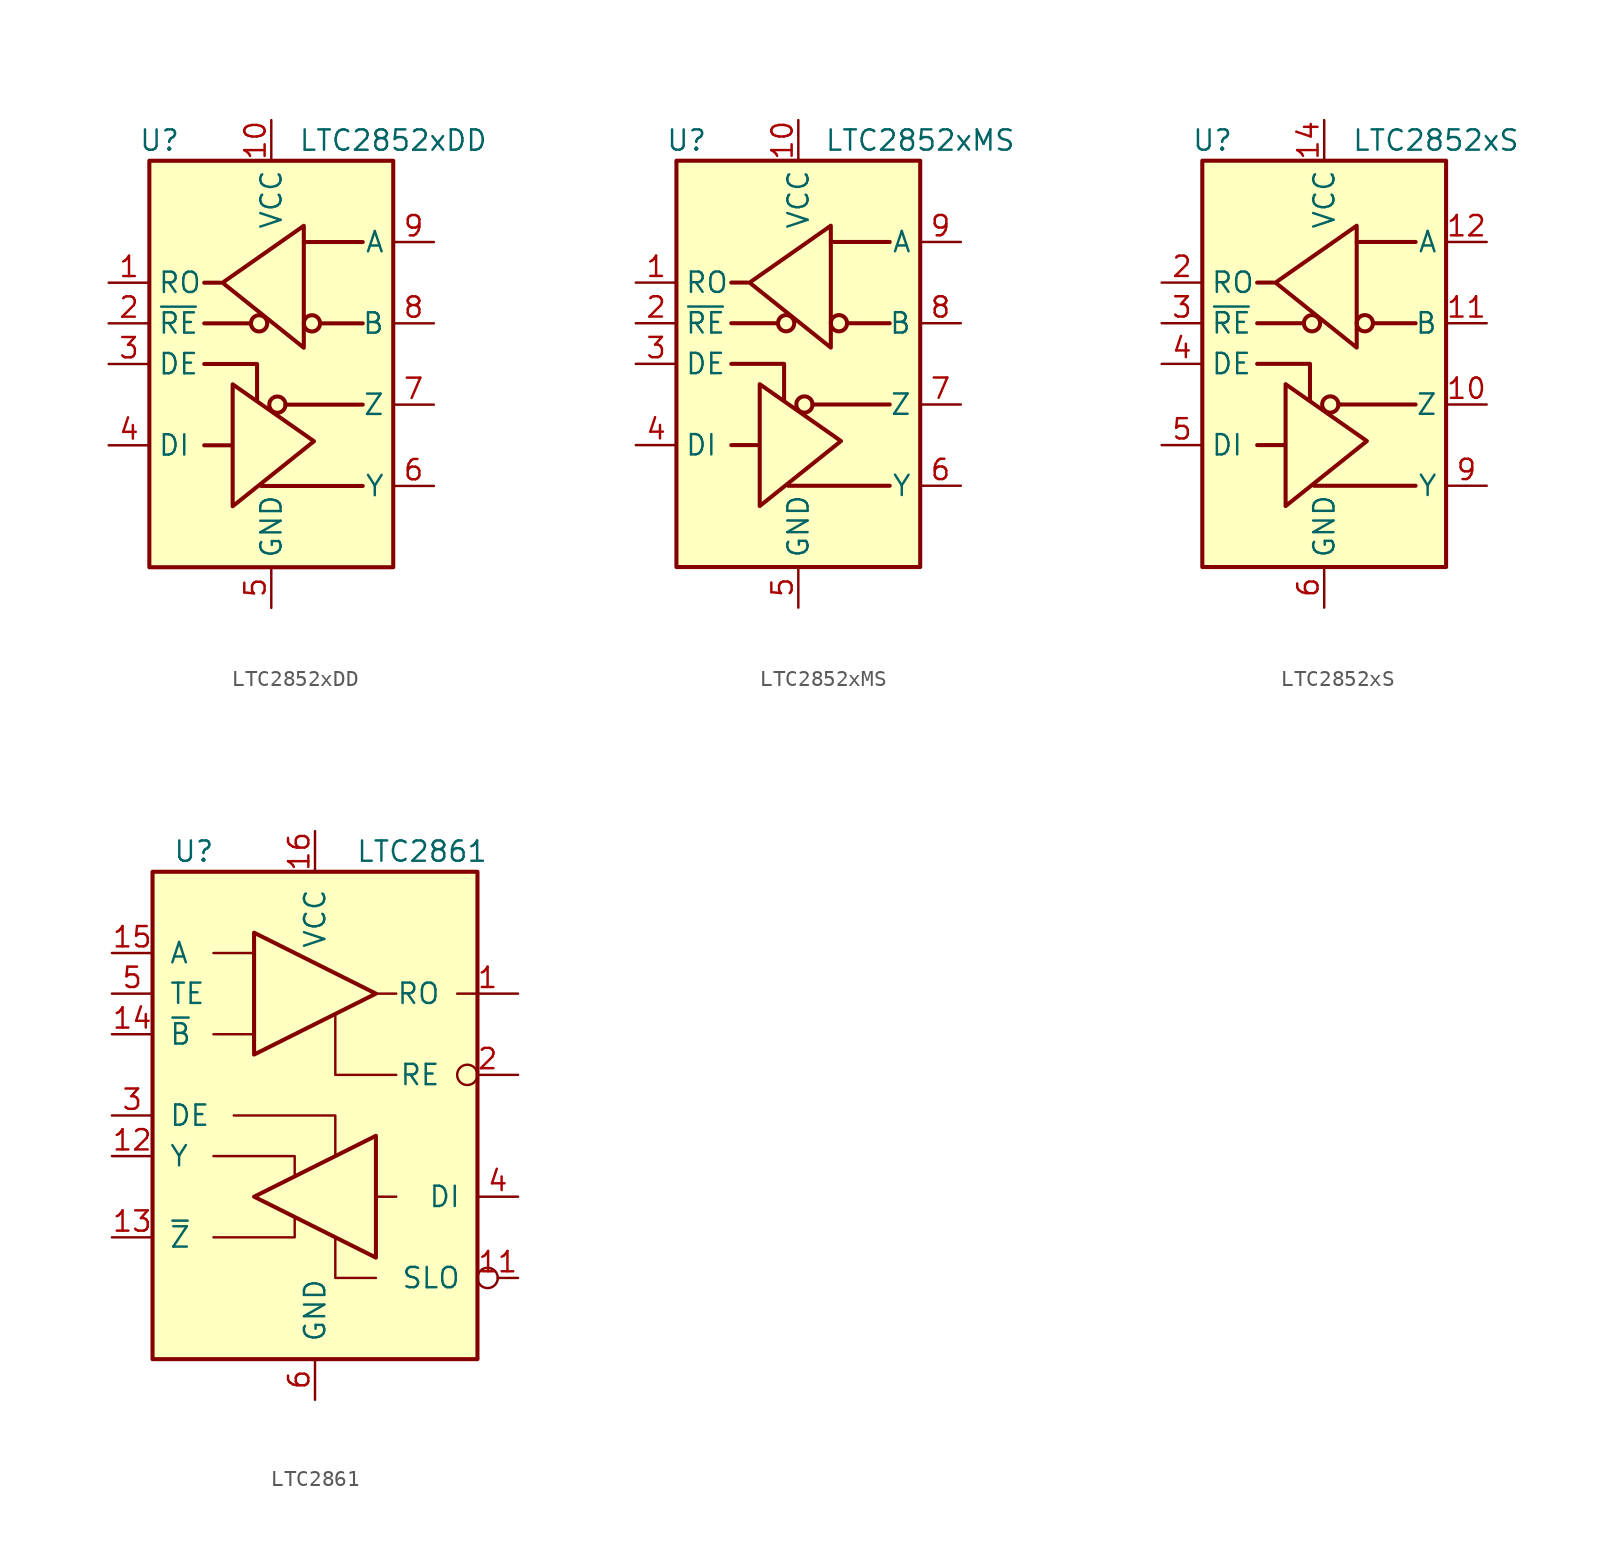
<source format=kicad_sym>
(kicad_symbol_lib
  (version 20201005)
  (generator kicad_symbol_editor)
  (symbol "Interface_UART:LTC2852xDD"
    (property "Reference" "U"
      (at -6.985 13.97 0)
      (effects (font (size 1.27 1.27))))
    (property "Value" "LTC2852xDD"
      (at 7.62 13.97 0)
      (effects (font (size 1.27 1.27))))
    (symbol "LTC2852xDD_0_1"
      (rectangle (start -7.62 12.7) (end 7.62 -12.7) (stroke (width 0.254)) (fill (type background))))
    (symbol "LTC2852xDD_1_1"
      (circle (center -0.762 2.54) (radius 0.508) (stroke (width 0.254)) (fill (type none)))
      (circle (center 0.381 -2.54) (radius 0.508) (stroke (width 0.254)) (fill (type none)))
      (circle (center 2.54 2.54) (radius 0.508) (stroke (width 0.254)) (fill (type none)))
      (polyline (pts (xy -4.191 2.54) (xy -1.27 2.54)) (stroke (width 0.254)) (fill (type none)))
      (polyline (pts (xy -2.54 -5.08) (xy -4.191 -5.08)) (stroke (width 0.254)) (fill (type none)))
      (polyline (pts (xy -0.635 -7.62) (xy 5.715 -7.62)) (stroke (width 0.254)) (fill (type none)))
      (polyline (pts (xy 0.889 -2.54) (xy 5.715 -2.54)) (stroke (width 0.254)) (fill (type none)))
      (polyline (pts (xy 2.032 7.62) (xy 5.715 7.62)) (stroke (width 0.254)) (fill (type none)))
      (polyline (pts (xy 3.048 2.54) (xy 5.715 2.54)) (stroke (width 0.254)) (fill (type none)))
      (polyline (pts (xy -4.191 0) (xy -0.889 0) (xy -0.889 -2.286)) (stroke (width 0.254)) (fill (type none)))
      (polyline (pts (xy -3.175 5.08) (xy -4.191 5.08) (xy -4.064 5.08)) (stroke (width 0.254)) (fill (type none)))
      (polyline (pts (xy -2.413 -5.08) (xy -2.413 -1.27) (xy 2.667 -4.826) (xy -2.413 -8.89) (xy -2.413 -5.08)) (stroke (width 0.254)) (fill (type none)))
      (polyline (pts (xy 2.032 4.826) (xy 2.032 8.636) (xy -3.048 5.08) (xy 2.032 1.016) (xy 2.032 4.826)) (stroke (width 0.254)) (fill (type none)))
      (pin output line (at -10.16 5.08 0) (length 2.54) (name "RO" (effects (font (size 1.27 1.27)))) (number "1" (effects (font (size 1.27 1.27)))))
      (pin power_in line (at 0 15.24 270) (length 2.54) (name "VCC" (effects (font (size 1.27 1.27)))) (number "10" (effects (font (size 1.27 1.27)))))
      (pin passive line (at 0 -15.24 90) (length 2.54) hide (name "GND" (effects (font (size 1.27 1.27)))) (number "11" (effects (font (size 1.27 1.27)))))
      (pin input line (at -10.16 2.54 0) (length 2.54) (name "~RE" (effects (font (size 1.27 1.27)))) (number "2" (effects (font (size 1.27 1.27)))))
      (pin input line (at -10.16 0 0) (length 2.54) (name "DE" (effects (font (size 1.27 1.27)))) (number "3" (effects (font (size 1.27 1.27)))))
      (pin input line (at -10.16 -5.08 0) (length 2.54) (name "DI" (effects (font (size 1.27 1.27)))) (number "4" (effects (font (size 1.27 1.27)))))
      (pin power_in line (at 0 -15.24 90) (length 2.54) (name "GND" (effects (font (size 1.27 1.27)))) (number "5" (effects (font (size 1.27 1.27)))))
      (pin output line (at 10.16 -7.62 180) (length 2.54) (name "Y" (effects (font (size 1.27 1.27)))) (number "6" (effects (font (size 1.27 1.27)))))
      (pin output line (at 10.16 -2.54 180) (length 2.54) (name "Z" (effects (font (size 1.27 1.27)))) (number "7" (effects (font (size 1.27 1.27)))))
      (pin input line (at 10.16 2.54 180) (length 2.54) (name "B" (effects (font (size 1.27 1.27)))) (number "8" (effects (font (size 1.27 1.27)))))
      (pin input line (at 10.16 7.62 180) (length 2.54) (name "A" (effects (font (size 1.27 1.27)))) (number "9" (effects (font (size 1.27 1.27)))))))
  (symbol "Interface_UART:LTC2852xMS"
    (property "Reference" "U"
      (at -6.985 13.97 0)
      (effects (font (size 1.27 1.27))))
    (property "Value" "LTC2852xMS"
      (at 7.62 13.97 0)
      (effects (font (size 1.27 1.27))))
    (symbol "LTC2852xMS_0_1"
      (rectangle (start -7.62 12.7) (end 7.62 -12.7) (stroke (width 0.254)) (fill (type background))))
    (symbol "LTC2852xMS_1_1"
      (circle (center -0.762 2.54) (radius 0.508) (stroke (width 0.254)) (fill (type none)))
      (circle (center 0.381 -2.54) (radius 0.508) (stroke (width 0.254)) (fill (type none)))
      (circle (center 2.54 2.54) (radius 0.508) (stroke (width 0.254)) (fill (type none)))
      (polyline (pts (xy -4.191 2.54) (xy -1.27 2.54)) (stroke (width 0.254)) (fill (type none)))
      (polyline (pts (xy -2.54 -5.08) (xy -4.191 -5.08)) (stroke (width 0.254)) (fill (type none)))
      (polyline (pts (xy -0.635 -7.62) (xy 5.715 -7.62)) (stroke (width 0.254)) (fill (type none)))
      (polyline (pts (xy 0.889 -2.54) (xy 5.715 -2.54)) (stroke (width 0.254)) (fill (type none)))
      (polyline (pts (xy 2.032 7.62) (xy 5.715 7.62)) (stroke (width 0.254)) (fill (type none)))
      (polyline (pts (xy 3.048 2.54) (xy 5.715 2.54)) (stroke (width 0.254)) (fill (type none)))
      (polyline (pts (xy -4.191 0) (xy -0.889 0) (xy -0.889 -2.286)) (stroke (width 0.254)) (fill (type none)))
      (polyline (pts (xy -3.175 5.08) (xy -4.191 5.08) (xy -4.064 5.08)) (stroke (width 0.254)) (fill (type none)))
      (polyline (pts (xy -2.413 -5.08) (xy -2.413 -1.27) (xy 2.667 -4.826) (xy -2.413 -8.89) (xy -2.413 -5.08)) (stroke (width 0.254)) (fill (type none)))
      (polyline (pts (xy 2.032 4.826) (xy 2.032 8.636) (xy -3.048 5.08) (xy 2.032 1.016) (xy 2.032 4.826)) (stroke (width 0.254)) (fill (type none)))
      (pin output line (at -10.16 5.08 0) (length 2.54) (name "RO" (effects (font (size 1.27 1.27)))) (number "1" (effects (font (size 1.27 1.27)))))
      (pin power_in line (at 0 15.24 270) (length 2.54) (name "VCC" (effects (font (size 1.27 1.27)))) (number "10" (effects (font (size 1.27 1.27)))))
      (pin input line (at -10.16 2.54 0) (length 2.54) (name "~RE" (effects (font (size 1.27 1.27)))) (number "2" (effects (font (size 1.27 1.27)))))
      (pin input line (at -10.16 0 0) (length 2.54) (name "DE" (effects (font (size 1.27 1.27)))) (number "3" (effects (font (size 1.27 1.27)))))
      (pin input line (at -10.16 -5.08 0) (length 2.54) (name "DI" (effects (font (size 1.27 1.27)))) (number "4" (effects (font (size 1.27 1.27)))))
      (pin power_in line (at 0 -15.24 90) (length 2.54) (name "GND" (effects (font (size 1.27 1.27)))) (number "5" (effects (font (size 1.27 1.27)))))
      (pin output line (at 10.16 -7.62 180) (length 2.54) (name "Y" (effects (font (size 1.27 1.27)))) (number "6" (effects (font (size 1.27 1.27)))))
      (pin output line (at 10.16 -2.54 180) (length 2.54) (name "Z" (effects (font (size 1.27 1.27)))) (number "7" (effects (font (size 1.27 1.27)))))
      (pin input line (at 10.16 2.54 180) (length 2.54) (name "B" (effects (font (size 1.27 1.27)))) (number "8" (effects (font (size 1.27 1.27)))))
      (pin input line (at 10.16 7.62 180) (length 2.54) (name "A" (effects (font (size 1.27 1.27)))) (number "9" (effects (font (size 1.27 1.27)))))))
  (symbol "Interface_UART:LTC2852xS"
    (property "Reference" "U"
      (at -6.985 13.97 0)
      (effects (font (size 1.27 1.27))))
    (property "Value" "LTC2852xS"
      (at 6.985 13.97 0)
      (effects (font (size 1.27 1.27))))
    (symbol "LTC2852xS_0_1"
      (rectangle (start -7.62 12.7) (end 7.62 -12.7) (stroke (width 0.254)) (fill (type background))))
    (symbol "LTC2852xS_1_1"
      (circle (center -0.762 2.54) (radius 0.508) (stroke (width 0.254)) (fill (type none)))
      (circle (center 0.381 -2.54) (radius 0.508) (stroke (width 0.254)) (fill (type none)))
      (circle (center 2.54 2.54) (radius 0.508) (stroke (width 0.254)) (fill (type none)))
      (polyline (pts (xy -4.191 2.54) (xy -1.27 2.54)) (stroke (width 0.254)) (fill (type none)))
      (polyline (pts (xy -2.54 -5.08) (xy -4.191 -5.08)) (stroke (width 0.254)) (fill (type none)))
      (polyline (pts (xy -0.635 -7.62) (xy 5.715 -7.62)) (stroke (width 0.254)) (fill (type none)))
      (polyline (pts (xy 0.889 -2.54) (xy 5.715 -2.54)) (stroke (width 0.254)) (fill (type none)))
      (polyline (pts (xy 2.032 7.62) (xy 5.715 7.62)) (stroke (width 0.254)) (fill (type none)))
      (polyline (pts (xy 3.048 2.54) (xy 5.715 2.54)) (stroke (width 0.254)) (fill (type none)))
      (polyline (pts (xy -4.191 0) (xy -0.889 0) (xy -0.889 -2.286)) (stroke (width 0.254)) (fill (type none)))
      (polyline (pts (xy -3.175 5.08) (xy -4.191 5.08) (xy -4.064 5.08)) (stroke (width 0.254)) (fill (type none)))
      (polyline (pts (xy -2.413 -5.08) (xy -2.413 -1.27) (xy 2.667 -4.826) (xy -2.413 -8.89) (xy -2.413 -5.08)) (stroke (width 0.254)) (fill (type none)))
      (polyline (pts (xy 2.032 4.826) (xy 2.032 8.636) (xy -3.048 5.08) (xy 2.032 1.016) (xy 2.032 4.826)) (stroke (width 0.254)) (fill (type none)))
      (pin no_connect line (at -7.62 -10.16 0) (length 2.54) hide (name "NC" (effects (font (size 1.27 1.27)))) (number "1" (effects (font (size 1.27 1.27)))))
      (pin output line (at 10.16 -2.54 180) (length 2.54) (name "Z" (effects (font (size 1.27 1.27)))) (number "10" (effects (font (size 1.27 1.27)))))
      (pin input line (at 10.16 2.54 180) (length 2.54) (name "B" (effects (font (size 1.27 1.27)))) (number "11" (effects (font (size 1.27 1.27)))))
      (pin input line (at 10.16 7.62 180) (length 2.54) (name "A" (effects (font (size 1.27 1.27)))) (number "12" (effects (font (size 1.27 1.27)))))
      (pin no_connect line (at -7.62 7.62 0) (length 2.54) hide (name "NC" (effects (font (size 1.27 1.27)))) (number "13" (effects (font (size 1.27 1.27)))))
      (pin power_in line (at 0 15.24 270) (length 2.54) (name "VCC" (effects (font (size 1.27 1.27)))) (number "14" (effects (font (size 1.27 1.27)))))
      (pin output line (at -10.16 5.08 0) (length 2.54) (name "RO" (effects (font (size 1.27 1.27)))) (number "2" (effects (font (size 1.27 1.27)))))
      (pin input line (at -10.16 2.54 0) (length 2.54) (name "~RE" (effects (font (size 1.27 1.27)))) (number "3" (effects (font (size 1.27 1.27)))))
      (pin input line (at -10.16 0 0) (length 2.54) (name "DE" (effects (font (size 1.27 1.27)))) (number "4" (effects (font (size 1.27 1.27)))))
      (pin input line (at -10.16 -5.08 0) (length 2.54) (name "DI" (effects (font (size 1.27 1.27)))) (number "5" (effects (font (size 1.27 1.27)))))
      (pin power_in line (at 0 -15.24 90) (length 2.54) (name "GND" (effects (font (size 1.27 1.27)))) (number "6" (effects (font (size 1.27 1.27)))))
      (pin passive line (at 0 -15.24 90) (length 2.54) hide (name "GND" (effects (font (size 1.27 1.27)))) (number "7" (effects (font (size 1.27 1.27)))))
      (pin no_connect line (at -7.62 -7.62 0) (length 2.54) hide (name "NC" (effects (font (size 1.27 1.27)))) (number "8" (effects (font (size 1.27 1.27)))))
      (pin output line (at 10.16 -7.62 180) (length 2.54) (name "Y" (effects (font (size 1.27 1.27)))) (number "9" (effects (font (size 1.27 1.27)))))))
  (symbol "Interface_UART:LTC2861"
    (pin_names
      (offset 1.016))
    (property "Reference" "U"
      (at -8.89 16.51 0)
      (effects (font (size 1.27 1.27)) (justify left)))
    (property "Value" "LTC2861"
      (at 2.54 16.51 0)
      (effects (font (size 1.27 1.27)) (justify left)))
    (symbol "LTC2861_0_1"
      (rectangle (start -10.16 15.24) (end 10.16 -15.24) (stroke (width 0.254)) (fill (type background)))
      (polyline (pts (xy 3.81 7.62) (xy 5.08 7.62)) (stroke (width 0)) (fill (type none)))
      (polyline (pts (xy 5.08 -5.08) (xy 3.81 -5.08)) (stroke (width 0)) (fill (type none)))
      (polyline (pts (xy -6.35 5.08) (xy -3.81 5.08) (xy -3.81 5.08)) (stroke (width 0)) (fill (type none)))
      (polyline (pts (xy -6.35 10.16) (xy -3.81 10.16) (xy -3.81 10.16)) (stroke (width 0)) (fill (type none)))
      (polyline (pts (xy -6.35 -7.62) (xy -1.27 -7.62) (xy -1.27 -6.35) (xy -1.27 -6.35)) (stroke (width 0)) (fill (type none)))
      (polyline (pts (xy -6.35 -2.54) (xy -1.27 -2.54) (xy -1.27 -3.81) (xy -1.27 -3.81)) (stroke (width 0)) (fill (type none)))
      (polyline (pts (xy -5.08 0) (xy 1.27 0) (xy 1.27 -2.54) (xy 1.27 -2.54)) (stroke (width 0)) (fill (type none)))
      (polyline (pts (xy 1.27 6.35) (xy 1.27 2.54) (xy 2.54 2.54) (xy 5.08 2.54)) (stroke (width 0)) (fill (type none)))
      (polyline (pts (xy 3.81 -10.16) (xy 1.27 -10.16) (xy 1.27 -7.62) (xy 1.27 -7.62)) (stroke (width 0)) (fill (type none)))
      (polyline (pts (xy -3.81 11.43) (xy -3.81 3.81) (xy 3.81 7.62) (xy -3.81 11.43) (xy -3.81 11.43)) (stroke (width 0.254)) (fill (type none)))
      (polyline (pts (xy 3.81 -1.27) (xy 3.81 -8.89) (xy -3.81 -5.08) (xy 3.81 -1.27) (xy 3.81 -1.27)) (stroke (width 0.254)) (fill (type none))))
    (symbol "LTC2861_1_1"
      (pin output line (at 12.7 7.62 180) (length 3.81) (name "RO" (effects (font (size 1.27 1.27)))) (number "1" (effects (font (size 1.27 1.27)))))
      (pin input inverted (at 12.7 -10.16 180) (length 2.54) (name "SLO" (effects (font (size 1.27 1.27)))) (number "11" (effects (font (size 1.27 1.27)))))
      (pin output line (at -12.7 -2.54 0) (length 2.54) (name "Y" (effects (font (size 1.27 1.27)))) (number "12" (effects (font (size 1.27 1.27)))))
      (pin output line (at -12.7 -7.62 0) (length 2.54) (name "~Z~" (effects (font (size 1.27 1.27)))) (number "13" (effects (font (size 1.27 1.27)))))
      (pin input line (at -12.7 5.08 0) (length 2.54) (name "~B~" (effects (font (size 1.27 1.27)))) (number "14" (effects (font (size 1.27 1.27)))))
      (pin input line (at -12.7 10.16 0) (length 2.54) (name "A" (effects (font (size 1.27 1.27)))) (number "15" (effects (font (size 1.27 1.27)))))
      (pin power_in line (at 0 17.78 270) (length 2.54) (name "VCC" (effects (font (size 1.27 1.27)))) (number "16" (effects (font (size 1.27 1.27)))))
      (pin input inverted (at 12.7 2.54 180) (length 3.81) (name "RE" (effects (font (size 1.27 1.27)))) (number "2" (effects (font (size 1.27 1.27)))))
      (pin input line (at -12.7 0 0) (length 2.54) (name "DE" (effects (font (size 1.27 1.27)))) (number "3" (effects (font (size 1.27 1.27)))))
      (pin input line (at 12.7 -5.08 180) (length 2.54) (name "DI" (effects (font (size 1.27 1.27)))) (number "4" (effects (font (size 1.27 1.27)))))
      (pin input line (at -12.7 7.62 0) (length 2.54) (name "TE" (effects (font (size 1.27 1.27)))) (number "5" (effects (font (size 1.27 1.27)))))
      (pin power_in line (at 0 -17.78 90) (length 2.54) (name "GND" (effects (font (size 1.27 1.27)))) (number "6" (effects (font (size 1.27 1.27))))))))
</source>
